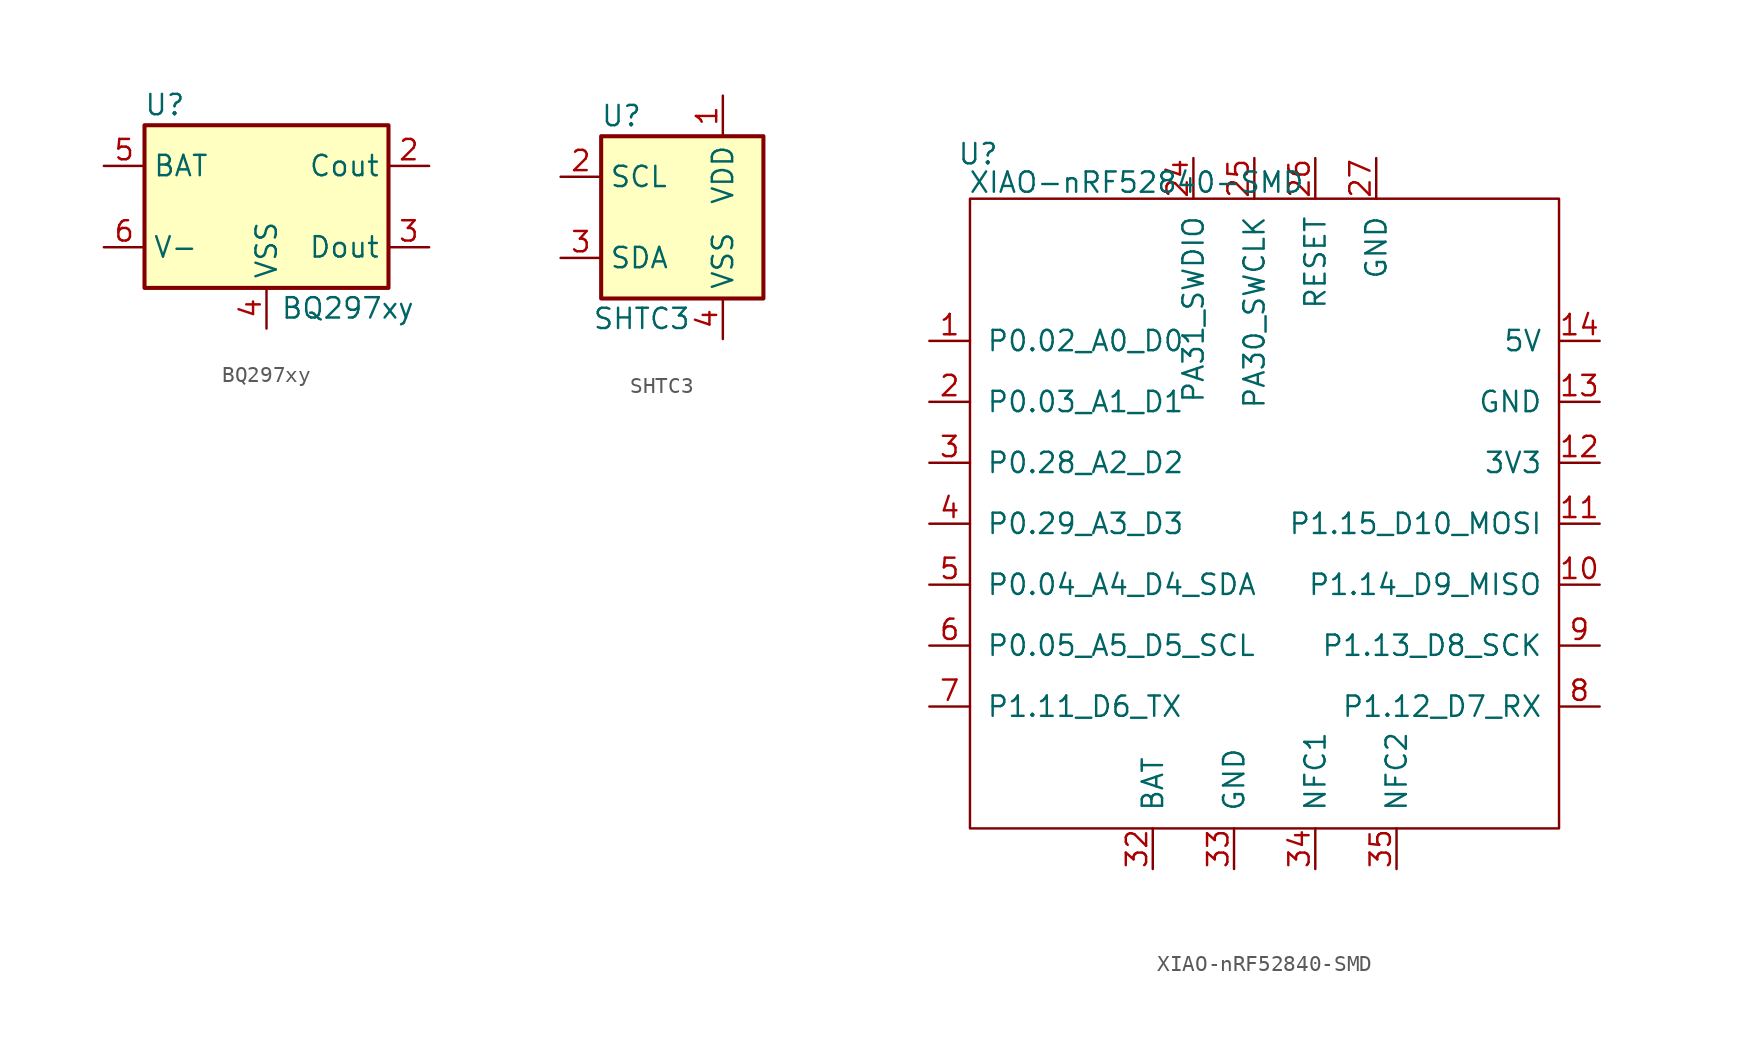
<source format=kicad_sym>
(kicad_symbol_lib
  (version 20241209)
  (generator "kicad_symbol_editor")
  (generator_version "9.0")
  (symbol "BQ297xy"
    (property "Reference" "U"
      (at -6.35 6.35 0)
      (effects (font (size 1.27 1.27))))
    (property "Value" "BQ297xy"
      (at 5.08 -6.35 0)
      (effects (font (size 1.27 1.27))))
    (symbol "BQ297xy_0_1"
      (rectangle (start -7.62 5.08) (end 7.62 -5.08) (stroke (width 0.254) (type default)) (fill (type background))))
    (symbol "BQ297xy_1_1"
      (pin input line (at -10.16 2.54 0) (length 2.54) (name "BAT" (effects (font (size 1.27 1.27)))) (number "5" (effects (font (size 1.27 1.27)))))
      (pin input line (at -10.16 -2.54 0) (length 2.54) (name "V-" (effects (font (size 1.27 1.27)))) (number "6" (effects (font (size 1.27 1.27)))))
      (pin power_in line (at 0 -7.62 90) (length 2.54) (name "VSS" (effects (font (size 1.27 1.27)))) (number "4" (effects (font (size 1.27 1.27)))))
      (pin no_connect line (at 7.62 0 180) (length 2.54) (hide yes) (name "NC" (effects (font (size 1.27 1.27)))) (number "1" (effects (font (size 1.27 1.27)))))
      (pin output line (at 10.16 2.54 180) (length 2.54) (name "Cout" (effects (font (size 1.27 1.27)))) (number "2" (effects (font (size 1.27 1.27)))))
      (pin output line (at 10.16 -2.54 180) (length 2.54) (name "Dout" (effects (font (size 1.27 1.27)))) (number "3" (effects (font (size 1.27 1.27)))))))
  (symbol "SHTC3"
    (property "Reference" "U"
      (at -3.81 6.35 0)
      (effects (font (size 1.27 1.27))))
    (property "Value" "SHTC3"
      (at -2.54 -6.35 0)
      (effects (font (size 1.27 1.27))))
    (symbol "SHTC3_1_1"
      (rectangle (start -5.08 5.08) (end 5.08 -5.08) (stroke (width 0.254) (type default)) (fill (type background)))
      (pin input line (at -7.62 2.54 0) (length 2.54) (name "SCL" (effects (font (size 1.27 1.27)))) (number "2" (effects (font (size 1.27 1.27)))))
      (pin bidirectional line (at -7.62 -2.54 0) (length 2.54) (name "SDA" (effects (font (size 1.27 1.27)))) (number "3" (effects (font (size 1.27 1.27)))))
      (pin power_in line (at 2.54 7.62 270) (length 2.54) (name "VDD" (effects (font (size 1.27 1.27)))) (number "1" (effects (font (size 1.27 1.27)))))
      (pin power_in line (at 2.54 -7.62 90) (length 2.54) (name "VSS" (effects (font (size 1.27 1.27)))) (number "4" (effects (font (size 1.27 1.27)))))
      (pin power_in line (at 5.08 0 180) (length 2.54) (hide yes) (name "GND_(centre_pad)" (effects (font (size 1.27 1.27)))) (number "5" (effects (font (size 1.27 1.27)))))))
  (symbol "XIAO-nRF52840-SMD"
    (pin_names
      (offset 1.016))
    (property "Reference" "U"
      (at -18.542 23.114 0)
      (effects (font (size 1.27 1.27))))
    (property "Value" "XIAO-nRF52840-SMD"
      (at -8.636 21.336 0)
      (effects (font (size 1.27 1.27))))
    (symbol "XIAO-nRF52840-SMD_0_1"
      (rectangle (start -19.05 20.32) (end 17.78 -19.05) (stroke (width 0) (type default)) (fill (type none))))
    (symbol "XIAO-nRF52840-SMD_1_1"
      (pin passive line (at -21.59 11.43 0) (length 2.54) (name "P0.02_A0_D0" (effects (font (size 1.27 1.27)))) (number "1" (effects (font (size 1.27 1.27)))))
      (pin passive line (at -21.59 7.62 0) (length 2.54) (name "P0.03_A1_D1" (effects (font (size 1.27 1.27)))) (number "2" (effects (font (size 1.27 1.27)))))
      (pin passive line (at -21.59 3.81 0) (length 2.54) (name "P0.28_A2_D2" (effects (font (size 1.27 1.27)))) (number "3" (effects (font (size 1.27 1.27)))))
      (pin passive line (at -21.59 0 0) (length 2.54) (name "P0.29_A3_D3" (effects (font (size 1.27 1.27)))) (number "4" (effects (font (size 1.27 1.27)))))
      (pin passive line (at -21.59 -3.81 0) (length 2.54) (name "P0.04_A4_D4_SDA" (effects (font (size 1.27 1.27)))) (number "5" (effects (font (size 1.27 1.27)))))
      (pin passive line (at -21.59 -7.62 0) (length 2.54) (name "P0.05_A5_D5_SCL" (effects (font (size 1.27 1.27)))) (number "6" (effects (font (size 1.27 1.27)))))
      (pin passive line (at -21.59 -11.43 0) (length 2.54) (name "P1.11_D6_TX" (effects (font (size 1.27 1.27)))) (number "7" (effects (font (size 1.27 1.27)))))
      (pin passive line (at -7.62 -21.59 90) (length 2.54) (name "BAT" (effects (font (size 1.27 1.27)))) (number "32" (effects (font (size 1.27 1.27)))))
      (pin passive line (at -5.08 22.86 270) (length 2.54) (name "PA31_SWDIO" (effects (font (size 1.27 1.27)))) (number "24" (effects (font (size 1.27 1.27)))))
      (pin passive line (at -2.54 -21.59 90) (length 2.54) (name "GND" (effects (font (size 1.27 1.27)))) (number "33" (effects (font (size 1.27 1.27)))))
      (pin passive line (at -1.27 22.86 270) (length 2.54) (name "PA30_SWCLK" (effects (font (size 1.27 1.27)))) (number "25" (effects (font (size 1.27 1.27)))))
      (pin passive line (at 2.54 22.86 270) (length 2.54) (name "RESET" (effects (font (size 1.27 1.27)))) (number "26" (effects (font (size 1.27 1.27)))))
      (pin passive line (at 2.54 -21.59 90) (length 2.54) (name "NFC1" (effects (font (size 1.27 1.27)))) (number "34" (effects (font (size 1.27 1.27)))))
      (pin passive line (at 6.35 22.86 270) (length 2.54) (name "GND" (effects (font (size 1.27 1.27)))) (number "27" (effects (font (size 1.27 1.27)))))
      (pin passive line (at 7.62 -21.59 90) (length 2.54) (name "NFC2" (effects (font (size 1.27 1.27)))) (number "35" (effects (font (size 1.27 1.27)))))
      (pin passive line (at 20.32 11.43 180) (length 2.54) (name "5V" (effects (font (size 1.27 1.27)))) (number "14" (effects (font (size 1.27 1.27)))))
      (pin passive line (at 20.32 7.62 180) (length 2.54) (name "GND" (effects (font (size 1.27 1.27)))) (number "13" (effects (font (size 1.27 1.27)))))
      (pin passive line (at 20.32 3.81 180) (length 2.54) (name "3V3" (effects (font (size 1.27 1.27)))) (number "12" (effects (font (size 1.27 1.27)))))
      (pin passive line (at 20.32 0 180) (length 2.54) (name "P1.15_D10_MOSI" (effects (font (size 1.27 1.27)))) (number "11" (effects (font (size 1.27 1.27)))))
      (pin passive line (at 20.32 -3.81 180) (length 2.54) (name "P1.14_D9_MISO" (effects (font (size 1.27 1.27)))) (number "10" (effects (font (size 1.27 1.27)))))
      (pin passive line (at 20.32 -7.62 180) (length 2.54) (name "P1.13_D8_SCK" (effects (font (size 1.27 1.27)))) (number "9" (effects (font (size 1.27 1.27)))))
      (pin passive line (at 20.32 -11.43 180) (length 2.54) (name "P1.12_D7_RX" (effects (font (size 1.27 1.27)))) (number "8" (effects (font (size 1.27 1.27))))))))
</source>
